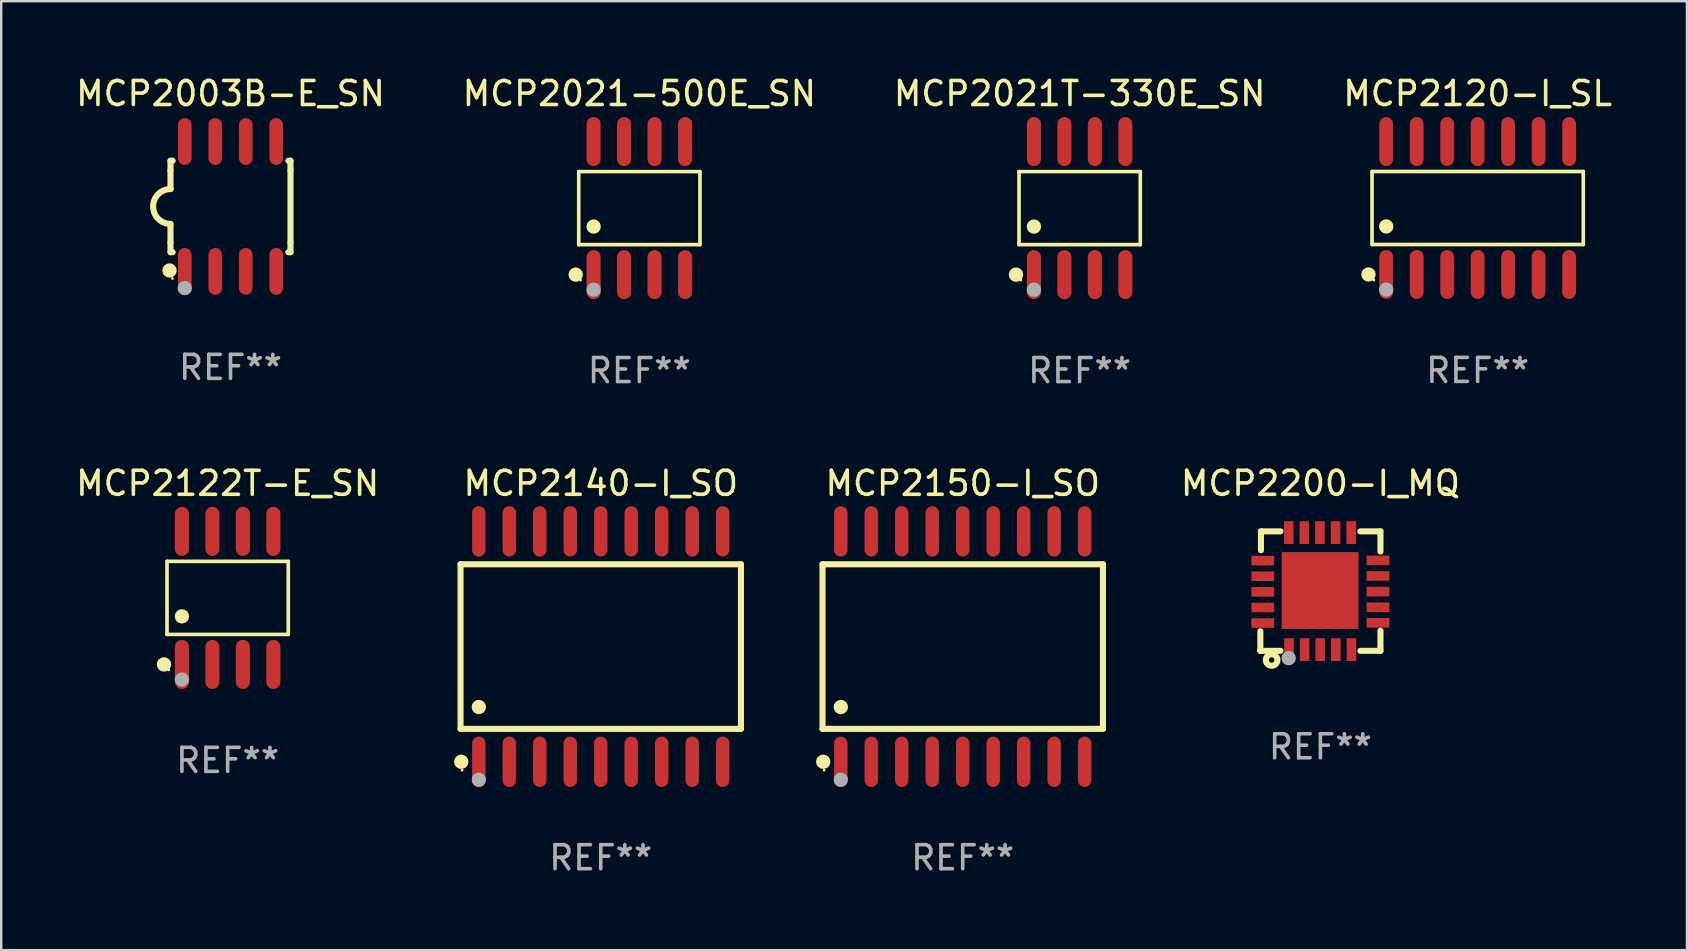
<source format=kicad_pcb>
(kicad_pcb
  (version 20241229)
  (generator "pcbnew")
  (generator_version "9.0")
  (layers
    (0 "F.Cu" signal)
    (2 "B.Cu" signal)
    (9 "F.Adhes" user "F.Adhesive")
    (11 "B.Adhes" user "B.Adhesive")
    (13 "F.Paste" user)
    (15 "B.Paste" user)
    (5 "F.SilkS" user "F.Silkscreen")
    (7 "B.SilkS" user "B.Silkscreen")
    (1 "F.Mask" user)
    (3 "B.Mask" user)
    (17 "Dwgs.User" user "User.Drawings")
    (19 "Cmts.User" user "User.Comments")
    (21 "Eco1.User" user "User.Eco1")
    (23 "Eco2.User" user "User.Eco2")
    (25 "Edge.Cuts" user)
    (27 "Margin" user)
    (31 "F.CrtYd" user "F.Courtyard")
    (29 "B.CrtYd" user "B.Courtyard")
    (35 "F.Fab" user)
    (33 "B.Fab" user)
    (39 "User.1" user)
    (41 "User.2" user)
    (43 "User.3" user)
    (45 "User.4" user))
  (footprint "MCP2021-500E_SN"
    (layer "F.Cu")
    (at 23.589 5.621)
    (property "Reference" "MCP2021-500E_SN" (at 0 -4.772 0) (layer "F.SilkS") (effects (font (size 1 1) (thickness 0.15))))
    (attr through_hole)
    (fp_line (start -2.526 -1.521) (end 2.526 -1.521) (stroke (width 0.152) (type solid)) (layer "F.SilkS"))
    (fp_line (start -2.526 1.521) (end -2.526 -1.521) (stroke (width 0.152) (type solid)) (layer "F.SilkS"))
    (fp_line (start 2.526 -1.521) (end 2.526 1.521) (stroke (width 0.152) (type solid)) (layer "F.SilkS"))
    (fp_line (start 2.526 1.521) (end -2.526 1.521) (stroke (width 0.152) (type solid)) (layer "F.SilkS"))
    (fp_circle (center -2.652 2.772) (end -2.501 2.772) (stroke (width 0.3) (type solid)) (fill no) (layer "F.SilkS"))
    (fp_circle (center -2.45 3) (end -2.42 3) (stroke (width 0.06) (type solid)) (fill no) (layer "F.SilkS"))
    (fp_circle (center -1.905 0.769) (end -1.755 0.769) (stroke (width 0.3) (type solid)) (fill no) (layer "F.SilkS"))
    (fp_circle (center -1.905 3.4) (end -1.755 3.4) (stroke (width 0.3) (type solid)) (fill no) (layer "F.Fab"))
    (fp_text user "REF**" (at 0 6.772 0) (layer "F.Fab") (effects (font (size 1 1) (thickness 0.15))))
    (pad "1" smd oval (at -1.905 2.772) (size 0.588 2.045) (layers "F.Cu" "F.Mask" "F.Paste"))
    (pad "2" smd oval (at -0.635 2.772) (size 0.588 2.045) (layers "F.Cu" "F.Mask" "F.Paste"))
    (pad "3" smd oval (at 0.635 2.772) (size 0.588 2.045) (layers "F.Cu" "F.Mask" "F.Paste"))
    (pad "4" smd oval (at 1.905 2.772) (size 0.588 2.045) (layers "F.Cu" "F.Mask" "F.Paste"))
    (pad "5" smd oval (at 1.905 -2.772) (size 0.588 2.045) (layers "F.Cu" "F.Mask" "F.Paste"))
    (pad "6" smd oval (at 0.635 -2.772) (size 0.588 2.045) (layers "F.Cu" "F.Mask" "F.Paste"))
    (pad "7" smd oval (at -0.635 -2.772) (size 0.588 2.045) (layers "F.Cu" "F.Mask" "F.Paste"))
    (pad "8" smd oval (at -1.905 -2.772) (size 0.588 2.045) (layers "F.Cu" "F.Mask" "F.Paste")))
  (footprint "MCP2140-I_SO"
    (layer "F.Cu")
    (at 21.981 23.89)
    (property "Reference" "MCP2140-I_SO" (at 0 -6.8 0) (layer "F.SilkS") (effects (font (size 1 1) (thickness 0.15))))
    (attr through_hole)
    (fp_line (start -5.842 -3.429) (end -5.842 3.429) (stroke (width 0.254) (type solid)) (layer "F.SilkS"))
    (fp_line (start -5.842 3.429) (end 5.842 3.429) (stroke (width 0.254) (type solid)) (layer "F.SilkS"))
    (fp_line (start 5.842 -3.429) (end -5.842 -3.429) (stroke (width 0.254) (type solid)) (layer "F.SilkS"))
    (fp_line (start 5.842 3.429) (end 5.842 -3.429) (stroke (width 0.254) (type solid)) (layer "F.SilkS"))
    (fp_circle (center -5.812 4.8) (end -5.662 4.8) (stroke (width 0.3) (type solid)) (fill no) (layer "F.SilkS"))
    (fp_circle (center -5.775 5.15) (end -5.745 5.15) (stroke (width 0.06) (type solid)) (fill no) (layer "F.SilkS"))
    (fp_circle (center -5.08 2.519) (end -4.93 2.519) (stroke (width 0.3) (type solid)) (fill no) (layer "F.SilkS"))
    (fp_circle (center -5.08 5.55) (end -4.93 5.55) (stroke (width 0.3) (type solid)) (fill no) (layer "F.Fab"))
    (fp_text user "REF**" (at 0 8.8 0) (layer "F.Fab") (effects (font (size 1 1) (thickness 0.15))))
    (pad "1" smd oval (at -5.08 4.8) (size 0.56 2.1) (layers "F.Cu" "F.Mask" "F.Paste"))
    (pad "2" smd oval (at -3.81 4.8) (size 0.56 2.1) (layers "F.Cu" "F.Mask" "F.Paste"))
    (pad "3" smd oval (at -2.54 4.8) (size 0.56 2.1) (layers "F.Cu" "F.Mask" "F.Paste"))
    (pad "4" smd oval (at -1.27 4.8) (size 0.56 2.1) (layers "F.Cu" "F.Mask" "F.Paste"))
    (pad "5" smd oval (at 0 4.8) (size 0.56 2.1) (layers "F.Cu" "F.Mask" "F.Paste"))
    (pad "6" smd oval (at 1.27 4.8) (size 0.56 2.1) (layers "F.Cu" "F.Mask" "F.Paste"))
    (pad "7" smd oval (at 2.54 4.8) (size 0.56 2.1) (layers "F.Cu" "F.Mask" "F.Paste"))
    (pad "8" smd oval (at 3.81 4.8) (size 0.56 2.1) (layers "F.Cu" "F.Mask" "F.Paste"))
    (pad "9" smd oval (at 5.08 4.8) (size 0.56 2.1) (layers "F.Cu" "F.Mask" "F.Paste"))
    (pad "10" smd oval (at 5.08 -4.8) (size 0.56 2.1) (layers "F.Cu" "F.Mask" "F.Paste"))
    (pad "11" smd oval (at 3.81 -4.8) (size 0.56 2.1) (layers "F.Cu" "F.Mask" "F.Paste"))
    (pad "12" smd oval (at 2.54 -4.8) (size 0.56 2.1) (layers "F.Cu" "F.Mask" "F.Paste"))
    (pad "13" smd oval (at 1.27 -4.8) (size 0.56 2.1) (layers "F.Cu" "F.Mask" "F.Paste"))
    (pad "14" smd oval (at 0 -4.8) (size 0.56 2.1) (layers "F.Cu" "F.Mask" "F.Paste"))
    (pad "15" smd oval (at -1.27 -4.8) (size 0.56 2.1) (layers "F.Cu" "F.Mask" "F.Paste"))
    (pad "16" smd oval (at -2.54 -4.8) (size 0.56 2.1) (layers "F.Cu" "F.Mask" "F.Paste"))
    (pad "17" smd oval (at -3.81 -4.8) (size 0.56 2.1) (layers "F.Cu" "F.Mask" "F.Paste"))
    (pad "18" smd oval (at -5.08 -4.8) (size 0.56 2.1) (layers "F.Cu" "F.Mask" "F.Paste")))
  (footprint "MCP2200-I_MQ"
    (layer "F.Cu")
    (at 51.966 21.579)
    (property "Reference" "MCP2200-I_MQ" (at 0 -4.489 0) (layer "F.SilkS") (effects (font (size 1 1) (thickness 0.15))))
    (attr through_hole)
    (fp_line (start -2.502 1.676) (end -2.502 2.464) (stroke (width 0.254) (type solid)) (layer "F.SilkS"))
    (fp_line (start -2.502 2.464) (end -2.502 2.489) (stroke (width 0.254) (type solid)) (layer "F.SilkS"))
    (fp_line (start -2.502 2.489) (end -2.477 2.489) (stroke (width 0.254) (type solid)) (layer "F.SilkS"))
    (fp_line (start -2.477 -2.489) (end -2.477 -1.702) (stroke (width 0.254) (type solid)) (layer "F.SilkS"))
    (fp_line (start -2.477 2.489) (end -1.664 2.489) (stroke (width 0.254) (type solid)) (layer "F.SilkS"))
    (fp_line (start -1.664 -2.489) (end -2.477 -2.489) (stroke (width 0.254) (type solid)) (layer "F.SilkS"))
    (fp_line (start 1.664 -2.489) (end 2.502 -2.489) (stroke (width 0.254) (type solid)) (layer "F.SilkS"))
    (fp_line (start 2.502 -2.489) (end 2.502 -1.651) (stroke (width 0.254) (type solid)) (layer "F.SilkS"))
    (fp_line (start 2.502 1.651) (end 2.502 2.489) (stroke (width 0.254) (type solid)) (layer "F.SilkS"))
    (fp_line (start 2.502 2.489) (end 1.664 2.489) (stroke (width 0.254) (type solid)) (layer "F.SilkS"))
    (fp_circle (center -2.5 2.5) (end -2.47 2.5) (stroke (width 0.06) (type solid)) (fill no) (layer "F.SilkS"))
    (fp_circle (center -2.032 2.87) (end -1.918 2.87) (stroke (width 0.254) (type solid)) (fill no) (layer "F.SilkS"))
    (fp_circle (center -1.321 2.794) (end -1.171 2.794) (stroke (width 0.3) (type solid)) (fill no) (layer "F.Fab"))
    (fp_text user "REF**" (at 0 6.489 0) (layer "F.Fab") (effects (font (size 1 1) (thickness 0.15))))
    (pad "1" smd rect (at -1.308 2.438) (size 0.4 0.95) (layers "F.Cu" "F.Mask" "F.Paste"))
    (pad "2" smd rect (at -0.658 2.438) (size 0.4 0.95) (layers "F.Cu" "F.Mask" "F.Paste"))
    (pad "3" smd rect (at -0.008 2.438) (size 0.4 0.95) (layers "F.Cu" "F.Mask" "F.Paste"))
    (pad "4" smd rect (at 0.643 2.438) (size 0.4 0.95) (layers "F.Cu" "F.Mask" "F.Paste"))
    (pad "5" smd rect (at 1.293 2.438) (size 0.4 0.95) (layers "F.Cu" "F.Mask" "F.Paste"))
    (pad "6" smd rect (at 2.4 1.321) (size 0.95 0.4) (layers "F.Cu" "F.Mask" "F.Paste"))
    (pad "7" smd rect (at 2.4 0.671) (size 0.95 0.4) (layers "F.Cu" "F.Mask" "F.Paste"))
    (pad "8" smd rect (at 2.4 0.02) (size 0.95 0.4) (layers "F.Cu" "F.Mask" "F.Paste"))
    (pad "9" smd rect (at 2.4 -0.63) (size 0.95 0.4) (layers "F.Cu" "F.Mask" "F.Paste"))
    (pad "10" smd rect (at 2.4 -1.28) (size 0.95 0.4) (layers "F.Cu" "F.Mask" "F.Paste"))
    (pad "11" smd rect (at 1.283 -2.438) (size 0.4 0.95) (layers "F.Cu" "F.Mask" "F.Paste"))
    (pad "12" smd rect (at 0.632 -2.438) (size 0.4 0.95) (layers "F.Cu" "F.Mask" "F.Paste"))
    (pad "13" smd rect (at -0.018 -2.438) (size 0.4 0.95) (layers "F.Cu" "F.Mask" "F.Paste"))
    (pad "14" smd rect (at -0.668 -2.438) (size 0.4 0.95) (layers "F.Cu" "F.Mask" "F.Paste"))
    (pad "15" smd rect (at -1.318 -2.438) (size 0.4 0.95) (layers "F.Cu" "F.Mask" "F.Paste"))
    (pad "16" smd rect (at -2.4 -1.27) (size 0.95 0.4) (layers "F.Cu" "F.Mask" "F.Paste"))
    (pad "17" smd rect (at -2.4 -0.62) (size 0.95 0.4) (layers "F.Cu" "F.Mask" "F.Paste"))
    (pad "18" smd rect (at -2.4 0.03) (size 0.95 0.4) (layers "F.Cu" "F.Mask" "F.Paste"))
    (pad "19" smd rect (at -2.4 0.681) (size 0.95 0.4) (layers "F.Cu" "F.Mask" "F.Paste"))
    (pad "20" smd rect (at -2.4 1.331) (size 0.95 0.4) (layers "F.Cu" "F.Mask" "F.Paste"))
    (pad "21" smd rect (at -0.013 -0.025 270) (size 3.2 3.2) (layers "F.Cu" "F.Mask" "F.Paste")))
  (footprint "MCP2120-I_SL"
    (layer "F.Cu")
    (at 58.518 5.617)
    (property "Reference" "MCP2120-I_SL" (at 0 -4.769 0) (layer "F.SilkS") (effects (font (size 1 1) (thickness 0.15))))
    (attr through_hole)
    (fp_line (start -4.401 -1.521) (end 4.401 -1.521) (stroke (width 0.152) (type solid)) (layer "F.SilkS"))
    (fp_line (start -4.401 1.521) (end -4.401 -1.521) (stroke (width 0.152) (type solid)) (layer "F.SilkS"))
    (fp_line (start 4.401 -1.521) (end 4.401 1.521) (stroke (width 0.152) (type solid)) (layer "F.SilkS"))
    (fp_line (start 4.401 1.521) (end -4.401 1.521) (stroke (width 0.152) (type solid)) (layer "F.SilkS"))
    (fp_circle (center -4.549 2.769) (end -4.399 2.769) (stroke (width 0.3) (type solid)) (fill no) (layer "F.SilkS"))
    (fp_circle (center -4.325 3) (end -4.295 3) (stroke (width 0.06) (type solid)) (fill no) (layer "F.SilkS"))
    (fp_circle (center -3.81 0.769) (end -3.66 0.769) (stroke (width 0.3) (type solid)) (fill no) (layer "F.SilkS"))
    (fp_circle (center -3.81 3.4) (end -3.66 3.4) (stroke (width 0.3) (type solid)) (fill no) (layer "F.Fab"))
    (fp_text user "REF**" (at 0 6.769 0) (layer "F.Fab") (effects (font (size 1 1) (thickness 0.15))))
    (pad "1" smd oval (at -3.81 2.769) (size 0.574 2.038) (layers "F.Cu" "F.Mask" "F.Paste"))
    (pad "2" smd oval (at -2.54 2.769) (size 0.574 2.038) (layers "F.Cu" "F.Mask" "F.Paste"))
    (pad "3" smd oval (at -1.27 2.769) (size 0.574 2.038) (layers "F.Cu" "F.Mask" "F.Paste"))
    (pad "4" smd oval (at 0 2.769) (size 0.574 2.038) (layers "F.Cu" "F.Mask" "F.Paste"))
    (pad "5" smd oval (at 1.27 2.769) (size 0.574 2.038) (layers "F.Cu" "F.Mask" "F.Paste"))
    (pad "6" smd oval (at 2.54 2.769) (size 0.574 2.038) (layers "F.Cu" "F.Mask" "F.Paste"))
    (pad "7" smd oval (at 3.81 2.769) (size 0.574 2.038) (layers "F.Cu" "F.Mask" "F.Paste"))
    (pad "8" smd oval (at 3.81 -2.769) (size 0.574 2.038) (layers "F.Cu" "F.Mask" "F.Paste"))
    (pad "9" smd oval (at 2.54 -2.769) (size 0.574 2.038) (layers "F.Cu" "F.Mask" "F.Paste"))
    (pad "10" smd oval (at 1.27 -2.769) (size 0.574 2.038) (layers "F.Cu" "F.Mask" "F.Paste"))
    (pad "11" smd oval (at 0 -2.769) (size 0.574 2.038) (layers "F.Cu" "F.Mask" "F.Paste"))
    (pad "12" smd oval (at -1.27 -2.769) (size 0.574 2.038) (layers "F.Cu" "F.Mask" "F.Paste"))
    (pad "13" smd oval (at -2.54 -2.769) (size 0.574 2.038) (layers "F.Cu" "F.Mask" "F.Paste"))
    (pad "14" smd oval (at -3.81 -2.769) (size 0.574 2.038) (layers "F.Cu" "F.Mask" "F.Paste")))
  (footprint "MCP2122T-E_SN"
    (layer "F.Cu")
    (at 6.435 21.862)
    (property "Reference" "MCP2122T-E_SN" (at 0 -4.772 0) (layer "F.SilkS") (effects (font (size 1 1) (thickness 0.15))))
    (attr through_hole)
    (fp_line (start -2.526 -1.521) (end 2.526 -1.521) (stroke (width 0.152) (type solid)) (layer "F.SilkS"))
    (fp_line (start -2.526 1.521) (end -2.526 -1.521) (stroke (width 0.152) (type solid)) (layer "F.SilkS"))
    (fp_line (start 2.526 -1.521) (end 2.526 1.521) (stroke (width 0.152) (type solid)) (layer "F.SilkS"))
    (fp_line (start 2.526 1.521) (end -2.526 1.521) (stroke (width 0.152) (type solid)) (layer "F.SilkS"))
    (fp_circle (center -2.652 2.772) (end -2.501 2.772) (stroke (width 0.3) (type solid)) (fill no) (layer "F.SilkS"))
    (fp_circle (center -2.45 3) (end -2.42 3) (stroke (width 0.06) (type solid)) (fill no) (layer "F.SilkS"))
    (fp_circle (center -1.905 0.769) (end -1.755 0.769) (stroke (width 0.3) (type solid)) (fill no) (layer "F.SilkS"))
    (fp_circle (center -1.905 3.4) (end -1.755 3.4) (stroke (width 0.3) (type solid)) (fill no) (layer "F.Fab"))
    (fp_text user "REF**" (at 0 6.772 0) (layer "F.Fab") (effects (font (size 1 1) (thickness 0.15))))
    (pad "1" smd oval (at -1.905 2.772) (size 0.588 2.045) (layers "F.Cu" "F.Mask" "F.Paste"))
    (pad "2" smd oval (at -0.635 2.772) (size 0.588 2.045) (layers "F.Cu" "F.Mask" "F.Paste"))
    (pad "3" smd oval (at 0.635 2.772) (size 0.588 2.045) (layers "F.Cu" "F.Mask" "F.Paste"))
    (pad "4" smd oval (at 1.905 2.772) (size 0.588 2.045) (layers "F.Cu" "F.Mask" "F.Paste"))
    (pad "5" smd oval (at 1.905 -2.772) (size 0.588 2.045) (layers "F.Cu" "F.Mask" "F.Paste"))
    (pad "6" smd oval (at 0.635 -2.772) (size 0.588 2.045) (layers "F.Cu" "F.Mask" "F.Paste"))
    (pad "7" smd oval (at -0.635 -2.772) (size 0.588 2.045) (layers "F.Cu" "F.Mask" "F.Paste"))
    (pad "8" smd oval (at -1.905 -2.772) (size 0.588 2.045) (layers "F.Cu" "F.Mask" "F.Paste")))
  (footprint "MCP2003B-E_SN"
    (layer "F.Cu")
    (at 6.554 5.553)
    (property "Reference" "MCP2003B-E_SN" (at 0 -4.705 0) (layer "F.SilkS") (effects (font (size 1 1) (thickness 0.15))))
    (attr through_hole)
    (fp_line (start -2.5 -1.905) (end -2.409 -1.905) (stroke (width 0.254) (type solid)) (layer "F.SilkS"))
    (fp_line (start -2.5 -1.5) (end -2.5 -1.905) (stroke (width 0.254) (type solid)) (layer "F.SilkS"))
    (fp_line (start -2.5 -1.5) (end -2.5 -0.726) (stroke (width 0.254) (type solid)) (layer "F.SilkS"))
    (fp_line (start -2.5 1.5) (end -2.5 0.727) (stroke (width 0.254) (type solid)) (layer "F.SilkS"))
    (fp_line (start -2.5 1.5) (end -2.5 1.905) (stroke (width 0.254) (type solid)) (layer "F.SilkS"))
    (fp_line (start -2.5 1.905) (end -2.409 1.905) (stroke (width 0.254) (type solid)) (layer "F.SilkS"))
    (fp_line (start 2.5 -1.905) (end 2.409 -1.905) (stroke (width 0.254) (type solid)) (layer "F.SilkS"))
    (fp_line (start 2.5 -1.5) (end 2.5 -1.905) (stroke (width 0.254) (type solid)) (layer "F.SilkS"))
    (fp_line (start 2.5 -1.5) (end 2.5 1.5) (stroke (width 0.254) (type solid)) (layer "F.SilkS"))
    (fp_line (start 2.5 1.5) (end 2.5 1.905) (stroke (width 0.254) (type solid)) (layer "F.SilkS"))
    (fp_line (start 2.5 1.905) (end 2.409 1.905) (stroke (width 0.254) (type solid)) (layer "F.SilkS"))
    (fp_arc (start -2.5 0.726568) (mid -3.220316 -0.0023) (end -2.495097 -0.726289) (stroke (width 0.254001) (type solid)) (layer "F.SilkS"))
    (fp_circle (center -2.54 2.667) (end -2.39 2.667) (stroke (width 0.3) (type solid)) (fill no) (layer "F.SilkS"))
    (fp_circle (center -2.42 3) (end -2.39 3) (stroke (width 0.06) (type solid)) (fill no) (layer "F.SilkS"))
    (fp_circle (center -1.905 3.4) (end -1.755 3.4) (stroke (width 0.3) (type solid)) (fill no) (layer "F.Fab"))
    (fp_text user "REF**" (at 0 6.705 0) (layer "F.Fab") (effects (font (size 1 1) (thickness 0.15))))
    (pad "1" smd oval (at -1.905 2.705) (size 0.568 1.95) (layers "F.Cu" "F.Mask" "F.Paste"))
    (pad "2" smd oval (at -0.635 2.705) (size 0.568 1.95) (layers "F.Cu" "F.Mask" "F.Paste"))
    (pad "3" smd oval (at 0.635 2.705) (size 0.568 1.95) (layers "F.Cu" "F.Mask" "F.Paste"))
    (pad "4" smd oval (at 1.905 2.705) (size 0.568 1.95) (layers "F.Cu" "F.Mask" "F.Paste"))
    (pad "5" smd oval (at 1.905 -2.705) (size 0.568 1.95) (layers "F.Cu" "F.Mask" "F.Paste"))
    (pad "6" smd oval (at 0.635 -2.705) (size 0.568 1.95) (layers "F.Cu" "F.Mask" "F.Paste"))
    (pad "7" smd oval (at -0.635 -2.705) (size 0.568 1.95) (layers "F.Cu" "F.Mask" "F.Paste"))
    (pad "8" smd oval (at -1.905 -2.705) (size 0.568 1.95) (layers "F.Cu" "F.Mask" "F.Paste")))
  (footprint "MCP2150-I_SO"
    (layer "F.Cu")
    (at 37.063 23.89)
    (property "Reference" "MCP2150-I_SO" (at 0 -6.8 0) (layer "F.SilkS") (effects (font (size 1 1) (thickness 0.15))))
    (attr through_hole)
    (fp_line (start -5.842 -3.429) (end -5.842 3.429) (stroke (width 0.254) (type solid)) (layer "F.SilkS"))
    (fp_line (start -5.842 3.429) (end 5.842 3.429) (stroke (width 0.254) (type solid)) (layer "F.SilkS"))
    (fp_line (start 5.842 -3.429) (end -5.842 -3.429) (stroke (width 0.254) (type solid)) (layer "F.SilkS"))
    (fp_line (start 5.842 3.429) (end 5.842 -3.429) (stroke (width 0.254) (type solid)) (layer "F.SilkS"))
    (fp_circle (center -5.812 4.8) (end -5.662 4.8) (stroke (width 0.3) (type solid)) (fill no) (layer "F.SilkS"))
    (fp_circle (center -5.775 5.15) (end -5.745 5.15) (stroke (width 0.06) (type solid)) (fill no) (layer "F.SilkS"))
    (fp_circle (center -5.08 2.519) (end -4.93 2.519) (stroke (width 0.3) (type solid)) (fill no) (layer "F.SilkS"))
    (fp_circle (center -5.08 5.55) (end -4.93 5.55) (stroke (width 0.3) (type solid)) (fill no) (layer "F.Fab"))
    (fp_text user "REF**" (at 0 8.8 0) (layer "F.Fab") (effects (font (size 1 1) (thickness 0.15))))
    (pad "1" smd oval (at -5.08 4.8) (size 0.56 2.1) (layers "F.Cu" "F.Mask" "F.Paste"))
    (pad "2" smd oval (at -3.81 4.8) (size 0.56 2.1) (layers "F.Cu" "F.Mask" "F.Paste"))
    (pad "3" smd oval (at -2.54 4.8) (size 0.56 2.1) (layers "F.Cu" "F.Mask" "F.Paste"))
    (pad "4" smd oval (at -1.27 4.8) (size 0.56 2.1) (layers "F.Cu" "F.Mask" "F.Paste"))
    (pad "5" smd oval (at 0 4.8) (size 0.56 2.1) (layers "F.Cu" "F.Mask" "F.Paste"))
    (pad "6" smd oval (at 1.27 4.8) (size 0.56 2.1) (layers "F.Cu" "F.Mask" "F.Paste"))
    (pad "7" smd oval (at 2.54 4.8) (size 0.56 2.1) (layers "F.Cu" "F.Mask" "F.Paste"))
    (pad "8" smd oval (at 3.81 4.8) (size 0.56 2.1) (layers "F.Cu" "F.Mask" "F.Paste"))
    (pad "9" smd oval (at 5.08 4.8) (size 0.56 2.1) (layers "F.Cu" "F.Mask" "F.Paste"))
    (pad "10" smd oval (at 5.08 -4.8) (size 0.56 2.1) (layers "F.Cu" "F.Mask" "F.Paste"))
    (pad "11" smd oval (at 3.81 -4.8) (size 0.56 2.1) (layers "F.Cu" "F.Mask" "F.Paste"))
    (pad "12" smd oval (at 2.54 -4.8) (size 0.56 2.1) (layers "F.Cu" "F.Mask" "F.Paste"))
    (pad "13" smd oval (at 1.27 -4.8) (size 0.56 2.1) (layers "F.Cu" "F.Mask" "F.Paste"))
    (pad "14" smd oval (at 0 -4.8) (size 0.56 2.1) (layers "F.Cu" "F.Mask" "F.Paste"))
    (pad "15" smd oval (at -1.27 -4.8) (size 0.56 2.1) (layers "F.Cu" "F.Mask" "F.Paste"))
    (pad "16" smd oval (at -2.54 -4.8) (size 0.56 2.1) (layers "F.Cu" "F.Mask" "F.Paste"))
    (pad "17" smd oval (at -3.81 -4.8) (size 0.56 2.1) (layers "F.Cu" "F.Mask" "F.Paste"))
    (pad "18" smd oval (at -5.08 -4.8) (size 0.56 2.1) (layers "F.Cu" "F.Mask" "F.Paste")))
  (footprint "MCP2021T-330E_SN"
    (layer "F.Cu")
    (at 41.935 5.621)
    (property "Reference" "MCP2021T-330E_SN" (at 0 -4.772 0) (layer "F.SilkS") (effects (font (size 1 1) (thickness 0.15))))
    (attr through_hole)
    (fp_line (start -2.526 -1.521) (end 2.526 -1.521) (stroke (width 0.152) (type solid)) (layer "F.SilkS"))
    (fp_line (start -2.526 1.521) (end -2.526 -1.521) (stroke (width 0.152) (type solid)) (layer "F.SilkS"))
    (fp_line (start 2.526 -1.521) (end 2.526 1.521) (stroke (width 0.152) (type solid)) (layer "F.SilkS"))
    (fp_line (start 2.526 1.521) (end -2.526 1.521) (stroke (width 0.152) (type solid)) (layer "F.SilkS"))
    (fp_circle (center -2.652 2.772) (end -2.501 2.772) (stroke (width 0.3) (type solid)) (fill no) (layer "F.SilkS"))
    (fp_circle (center -2.45 3) (end -2.42 3) (stroke (width 0.06) (type solid)) (fill no) (layer "F.SilkS"))
    (fp_circle (center -1.905 0.769) (end -1.755 0.769) (stroke (width 0.3) (type solid)) (fill no) (layer "F.SilkS"))
    (fp_circle (center -1.905 3.4) (end -1.755 3.4) (stroke (width 0.3) (type solid)) (fill no) (layer "F.Fab"))
    (fp_text user "REF**" (at 0 6.772 0) (layer "F.Fab") (effects (font (size 1 1) (thickness 0.15))))
    (pad "1" smd oval (at -1.905 2.772) (size 0.588 2.045) (layers "F.Cu" "F.Mask" "F.Paste"))
    (pad "2" smd oval (at -0.635 2.772) (size 0.588 2.045) (layers "F.Cu" "F.Mask" "F.Paste"))
    (pad "3" smd oval (at 0.635 2.772) (size 0.588 2.045) (layers "F.Cu" "F.Mask" "F.Paste"))
    (pad "4" smd oval (at 1.905 2.772) (size 0.588 2.045) (layers "F.Cu" "F.Mask" "F.Paste"))
    (pad "5" smd oval (at 1.905 -2.772) (size 0.588 2.045) (layers "F.Cu" "F.Mask" "F.Paste"))
    (pad "6" smd oval (at 0.635 -2.772) (size 0.588 2.045) (layers "F.Cu" "F.Mask" "F.Paste"))
    (pad "7" smd oval (at -0.635 -2.772) (size 0.588 2.045) (layers "F.Cu" "F.Mask" "F.Paste"))
    (pad "8" smd oval (at -1.905 -2.772) (size 0.588 2.045) (layers "F.Cu" "F.Mask" "F.Paste")))
  (gr_rect
    (start -3 -3)
    (end 67.238 36.538)
    (stroke (width 0.1) (type default))
    (fill no)
    (layer "Edge.Cuts")))
</source>
